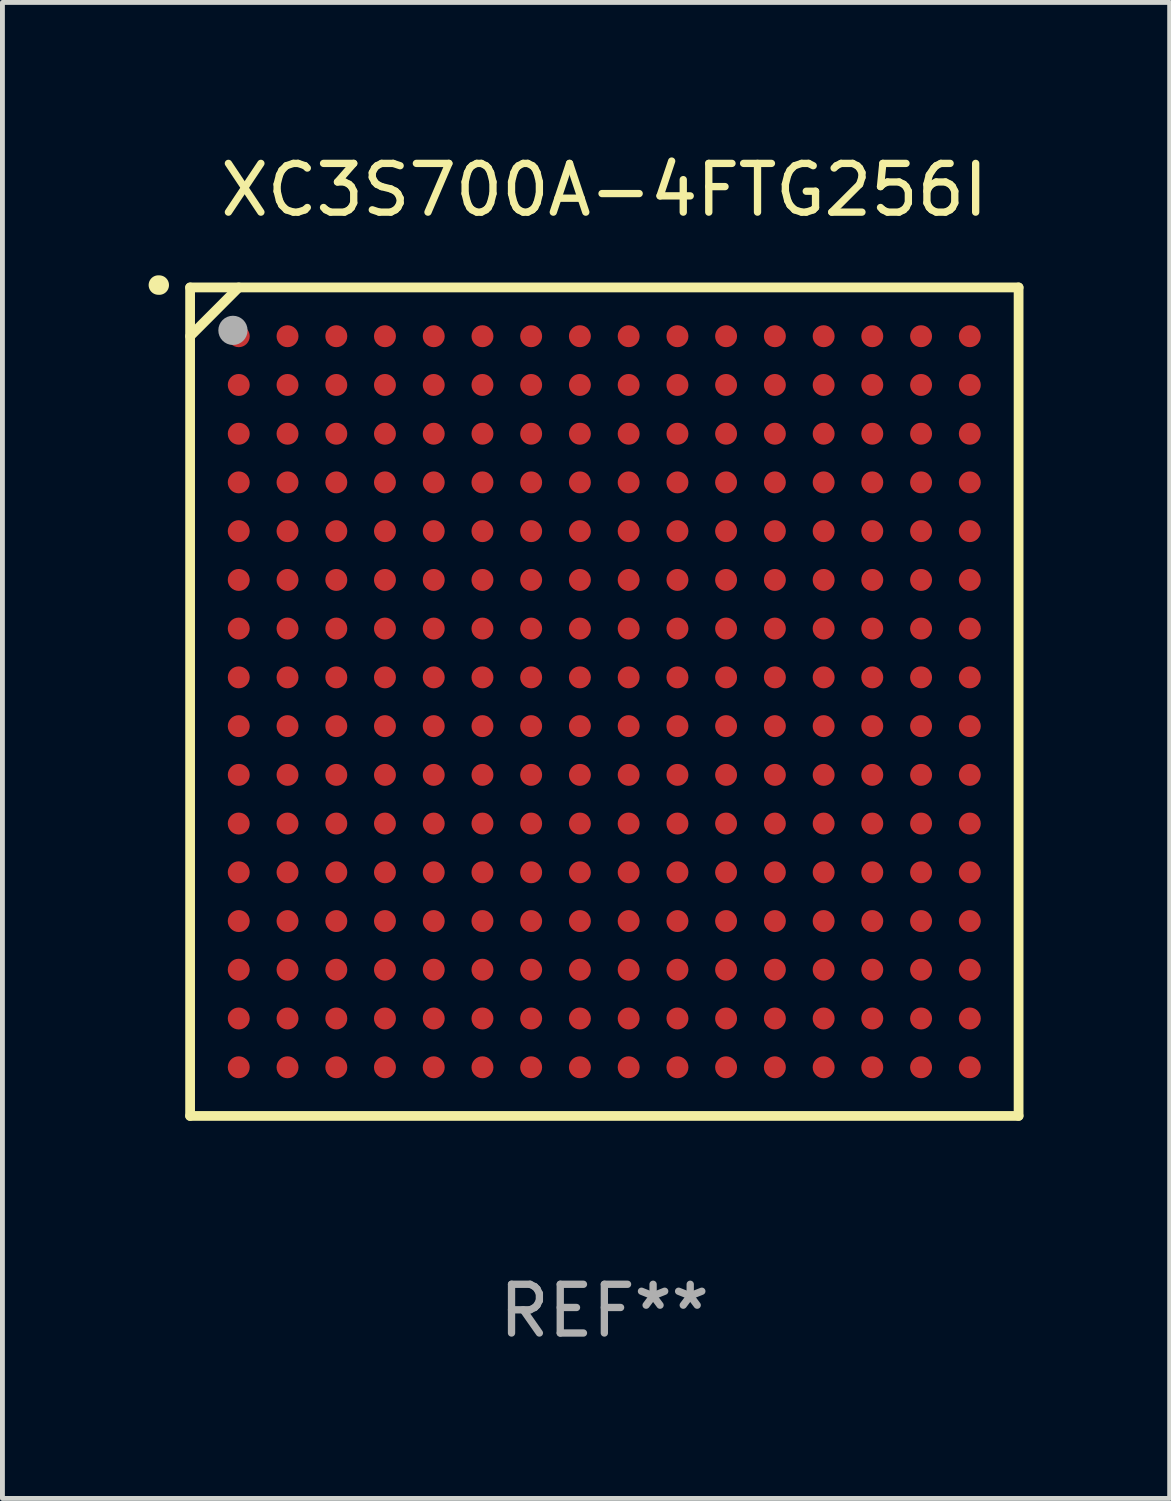
<source format=kicad_pcb>
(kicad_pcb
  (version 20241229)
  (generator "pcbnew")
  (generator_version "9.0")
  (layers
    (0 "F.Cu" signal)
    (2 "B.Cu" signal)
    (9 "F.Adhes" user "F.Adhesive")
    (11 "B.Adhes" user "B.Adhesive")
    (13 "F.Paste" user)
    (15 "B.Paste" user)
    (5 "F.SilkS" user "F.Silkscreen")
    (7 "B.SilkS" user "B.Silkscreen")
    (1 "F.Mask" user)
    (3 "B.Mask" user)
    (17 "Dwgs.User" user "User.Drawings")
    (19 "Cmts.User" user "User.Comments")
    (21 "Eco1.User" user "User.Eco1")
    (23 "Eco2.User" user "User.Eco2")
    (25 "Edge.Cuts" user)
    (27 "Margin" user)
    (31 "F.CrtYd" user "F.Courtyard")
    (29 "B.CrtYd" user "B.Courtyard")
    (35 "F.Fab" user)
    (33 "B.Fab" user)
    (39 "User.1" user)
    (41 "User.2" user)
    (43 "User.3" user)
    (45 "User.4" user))
  (footprint "XC3S700A-4FTG256I"
    (layer "F.Cu")
    (at 9.351 11.348)
    (property "Reference" "XC3S700A-4FTG256I" (at 0 -10.5 0) (layer "F.SilkS") (effects (font (size 1 1) (thickness 0.15))))
    (attr through_hole)
    (fp_line (start -8.5 -8.5) (end 8.5 -8.5) (stroke (width 0.2) (type solid)) (layer "F.SilkS"))
    (fp_line (start -8.5 -7.499) (end -7.502 -8.5) (stroke (width 0.2) (type solid)) (layer "F.SilkS"))
    (fp_line (start -8.5 8.5) (end -8.5 -8.5) (stroke (width 0.2) (type solid)) (layer "F.SilkS"))
    (fp_line (start 8.5 -8.5) (end 8.5 8.5) (stroke (width 0.2) (type solid)) (layer "F.SilkS"))
    (fp_line (start 8.5 8.5) (end -8.5 8.5) (stroke (width 0.2) (type solid)) (layer "F.SilkS"))
    (fp_arc (start -9.151181 -8.548768) (mid -9.142295 -8.548541) (end -9.133426 -8.547955) (stroke (width 0.4) (type solid)) (layer "F.SilkS"))
    (fp_circle (center -8.501 -8.499) (end -8.471 -8.499) (stroke (width 0.06) (type solid)) (fill no) (layer "F.SilkS"))
    (fp_circle (center -7.621 -7.619) (end -7.471 -7.619) (stroke (width 0.3) (type solid)) (fill no) (layer "F.Fab"))
    (fp_text user "REF**" (at 0 12.5 0) (layer "F.Fab") (effects (font (size 1 1) (thickness 0.15))))
    (pad "A1" smd circle (at -7.502 -7.499) (size 0.45 0.45) (layers "F.Cu" "F.Mask" "F.Paste"))
    (pad "A2" smd circle (at -6.501 -7.499) (size 0.45 0.45) (layers "F.Cu" "F.Mask" "F.Paste"))
    (pad "A3" smd circle (at -5.5 -7.499) (size 0.45 0.45) (layers "F.Cu" "F.Mask" "F.Paste"))
    (pad "A4" smd circle (at -4.502 -7.499) (size 0.45 0.45) (layers "F.Cu" "F.Mask" "F.Paste"))
    (pad "A5" smd circle (at -3.501 -7.499) (size 0.45 0.45) (layers "F.Cu" "F.Mask" "F.Paste"))
    (pad "A6" smd circle (at -2.501 -7.499) (size 0.45 0.45) (layers "F.Cu" "F.Mask" "F.Paste"))
    (pad "A7" smd circle (at -1.502 -7.499) (size 0.45 0.45) (layers "F.Cu" "F.Mask" "F.Paste"))
    (pad "A8" smd circle (at -0.502 -7.499) (size 0.45 0.45) (layers "F.Cu" "F.Mask" "F.Paste"))
    (pad "A9" smd circle (at 0.499 -7.499) (size 0.45 0.45) (layers "F.Cu" "F.Mask" "F.Paste"))
    (pad "A10" smd circle (at 1.5 -7.499) (size 0.45 0.45) (layers "F.Cu" "F.Mask" "F.Paste"))
    (pad "A11" smd circle (at 2.498 -7.499) (size 0.45 0.45) (layers "F.Cu" "F.Mask" "F.Paste"))
    (pad "A12" smd circle (at 3.499 -7.499) (size 0.45 0.45) (layers "F.Cu" "F.Mask" "F.Paste"))
    (pad "A13" smd circle (at 4.5 -7.499) (size 0.45 0.45) (layers "F.Cu" "F.Mask" "F.Paste"))
    (pad "A14" smd circle (at 5.498 -7.499) (size 0.45 0.45) (layers "F.Cu" "F.Mask" "F.Paste"))
    (pad "A15" smd circle (at 6.499 -7.499) (size 0.45 0.45) (layers "F.Cu" "F.Mask" "F.Paste"))
    (pad "A16" smd circle (at 7.499 -7.499) (size 0.45 0.45) (layers "F.Cu" "F.Mask" "F.Paste"))
    (pad "B1" smd circle (at -7.502 -6.499) (size 0.45 0.45) (layers "F.Cu" "F.Mask" "F.Paste"))
    (pad "B2" smd circle (at -6.501 -6.499) (size 0.45 0.45) (layers "F.Cu" "F.Mask" "F.Paste"))
    (pad "B3" smd circle (at -5.5 -6.499) (size 0.45 0.45) (layers "F.Cu" "F.Mask" "F.Paste"))
    (pad "B4" smd circle (at -4.502 -6.499) (size 0.45 0.45) (layers "F.Cu" "F.Mask" "F.Paste"))
    (pad "B5" smd circle (at -3.501 -6.499) (size 0.45 0.45) (layers "F.Cu" "F.Mask" "F.Paste"))
    (pad "B6" smd circle (at -2.501 -6.499) (size 0.45 0.45) (layers "F.Cu" "F.Mask" "F.Paste"))
    (pad "B7" smd circle (at -1.502 -6.499) (size 0.45 0.45) (layers "F.Cu" "F.Mask" "F.Paste"))
    (pad "B8" smd circle (at -0.502 -6.499) (size 0.45 0.45) (layers "F.Cu" "F.Mask" "F.Paste"))
    (pad "B9" smd circle (at 0.499 -6.499) (size 0.45 0.45) (layers "F.Cu" "F.Mask" "F.Paste"))
    (pad "B10" smd circle (at 1.5 -6.499) (size 0.45 0.45) (layers "F.Cu" "F.Mask" "F.Paste"))
    (pad "B11" smd circle (at 2.498 -6.499) (size 0.45 0.45) (layers "F.Cu" "F.Mask" "F.Paste"))
    (pad "B12" smd circle (at 3.499 -6.499) (size 0.45 0.45) (layers "F.Cu" "F.Mask" "F.Paste"))
    (pad "B13" smd circle (at 4.5 -6.499) (size 0.45 0.45) (layers "F.Cu" "F.Mask" "F.Paste"))
    (pad "B14" smd circle (at 5.498 -6.499) (size 0.45 0.45) (layers "F.Cu" "F.Mask" "F.Paste"))
    (pad "B15" smd circle (at 6.499 -6.499) (size 0.45 0.45) (layers "F.Cu" "F.Mask" "F.Paste"))
    (pad "B16" smd circle (at 7.499 -6.499) (size 0.45 0.45) (layers "F.Cu" "F.Mask" "F.Paste"))
    (pad "C1" smd circle (at -7.502 -5.498) (size 0.45 0.45) (layers "F.Cu" "F.Mask" "F.Paste"))
    (pad "C2" smd circle (at -6.501 -5.498) (size 0.45 0.45) (layers "F.Cu" "F.Mask" "F.Paste"))
    (pad "C3" smd circle (at -5.5 -5.498) (size 0.45 0.45) (layers "F.Cu" "F.Mask" "F.Paste"))
    (pad "C4" smd circle (at -4.502 -5.498) (size 0.45 0.45) (layers "F.Cu" "F.Mask" "F.Paste"))
    (pad "C5" smd circle (at -3.501 -5.498) (size 0.45 0.45) (layers "F.Cu" "F.Mask" "F.Paste"))
    (pad "C6" smd circle (at -2.501 -5.498) (size 0.45 0.45) (layers "F.Cu" "F.Mask" "F.Paste"))
    (pad "C7" smd circle (at -1.502 -5.498) (size 0.45 0.45) (layers "F.Cu" "F.Mask" "F.Paste"))
    (pad "C8" smd circle (at -0.502 -5.498) (size 0.45 0.45) (layers "F.Cu" "F.Mask" "F.Paste"))
    (pad "C9" smd circle (at 0.499 -5.498) (size 0.45 0.45) (layers "F.Cu" "F.Mask" "F.Paste"))
    (pad "C10" smd circle (at 1.5 -5.498) (size 0.45 0.45) (layers "F.Cu" "F.Mask" "F.Paste"))
    (pad "C11" smd circle (at 2.498 -5.498) (size 0.45 0.45) (layers "F.Cu" "F.Mask" "F.Paste"))
    (pad "C12" smd circle (at 3.499 -5.498) (size 0.45 0.45) (layers "F.Cu" "F.Mask" "F.Paste"))
    (pad "C13" smd circle (at 4.5 -5.498) (size 0.45 0.45) (layers "F.Cu" "F.Mask" "F.Paste"))
    (pad "C14" smd circle (at 5.498 -5.498) (size 0.45 0.45) (layers "F.Cu" "F.Mask" "F.Paste"))
    (pad "C15" smd circle (at 6.499 -5.498) (size 0.45 0.45) (layers "F.Cu" "F.Mask" "F.Paste"))
    (pad "C16" smd circle (at 7.499 -5.498) (size 0.45 0.45) (layers "F.Cu" "F.Mask" "F.Paste"))
    (pad "D1" smd circle (at -7.502 -4.5) (size 0.45 0.45) (layers "F.Cu" "F.Mask" "F.Paste"))
    (pad "D2" smd circle (at -6.501 -4.5) (size 0.45 0.45) (layers "F.Cu" "F.Mask" "F.Paste"))
    (pad "D3" smd circle (at -5.5 -4.5) (size 0.45 0.45) (layers "F.Cu" "F.Mask" "F.Paste"))
    (pad "D4" smd circle (at -4.502 -4.5) (size 0.45 0.45) (layers "F.Cu" "F.Mask" "F.Paste"))
    (pad "D5" smd circle (at -3.501 -4.5) (size 0.45 0.45) (layers "F.Cu" "F.Mask" "F.Paste"))
    (pad "D6" smd circle (at -2.501 -4.5) (size 0.45 0.45) (layers "F.Cu" "F.Mask" "F.Paste"))
    (pad "D7" smd circle (at -1.502 -4.5) (size 0.45 0.45) (layers "F.Cu" "F.Mask" "F.Paste"))
    (pad "D8" smd circle (at -0.502 -4.5) (size 0.45 0.45) (layers "F.Cu" "F.Mask" "F.Paste"))
    (pad "D9" smd circle (at 0.499 -4.5) (size 0.45 0.45) (layers "F.Cu" "F.Mask" "F.Paste"))
    (pad "D10" smd circle (at 1.5 -4.5) (size 0.45 0.45) (layers "F.Cu" "F.Mask" "F.Paste"))
    (pad "D11" smd circle (at 2.498 -4.5) (size 0.45 0.45) (layers "F.Cu" "F.Mask" "F.Paste"))
    (pad "D12" smd circle (at 3.499 -4.5) (size 0.45 0.45) (layers "F.Cu" "F.Mask" "F.Paste"))
    (pad "D13" smd circle (at 4.5 -4.5) (size 0.45 0.45) (layers "F.Cu" "F.Mask" "F.Paste"))
    (pad "D14" smd circle (at 5.498 -4.5) (size 0.45 0.45) (layers "F.Cu" "F.Mask" "F.Paste"))
    (pad "D15" smd circle (at 6.499 -4.5) (size 0.45 0.45) (layers "F.Cu" "F.Mask" "F.Paste"))
    (pad "D16" smd circle (at 7.499 -4.5) (size 0.45 0.45) (layers "F.Cu" "F.Mask" "F.Paste"))
    (pad "E1" smd circle (at -7.502 -3.499) (size 0.45 0.45) (layers "F.Cu" "F.Mask" "F.Paste"))
    (pad "E2" smd circle (at -6.501 -3.499) (size 0.45 0.45) (layers "F.Cu" "F.Mask" "F.Paste"))
    (pad "E3" smd circle (at -5.5 -3.499) (size 0.45 0.45) (layers "F.Cu" "F.Mask" "F.Paste"))
    (pad "E4" smd circle (at -4.502 -3.499) (size 0.45 0.45) (layers "F.Cu" "F.Mask" "F.Paste"))
    (pad "E5" smd circle (at -3.501 -3.499) (size 0.45 0.45) (layers "F.Cu" "F.Mask" "F.Paste"))
    (pad "E6" smd circle (at -2.501 -3.499) (size 0.45 0.45) (layers "F.Cu" "F.Mask" "F.Paste"))
    (pad "E7" smd circle (at -1.502 -3.499) (size 0.45 0.45) (layers "F.Cu" "F.Mask" "F.Paste"))
    (pad "E8" smd circle (at -0.502 -3.499) (size 0.45 0.45) (layers "F.Cu" "F.Mask" "F.Paste"))
    (pad "E9" smd circle (at 0.499 -3.499) (size 0.45 0.45) (layers "F.Cu" "F.Mask" "F.Paste"))
    (pad "E10" smd circle (at 1.5 -3.499) (size 0.45 0.45) (layers "F.Cu" "F.Mask" "F.Paste"))
    (pad "E11" smd circle (at 2.498 -3.499) (size 0.45 0.45) (layers "F.Cu" "F.Mask" "F.Paste"))
    (pad "E12" smd circle (at 3.499 -3.499) (size 0.45 0.45) (layers "F.Cu" "F.Mask" "F.Paste"))
    (pad "E13" smd circle (at 4.5 -3.499) (size 0.45 0.45) (layers "F.Cu" "F.Mask" "F.Paste"))
    (pad "E14" smd circle (at 5.498 -3.499) (size 0.45 0.45) (layers "F.Cu" "F.Mask" "F.Paste"))
    (pad "E15" smd circle (at 6.499 -3.499) (size 0.45 0.45) (layers "F.Cu" "F.Mask" "F.Paste"))
    (pad "E16" smd circle (at 7.499 -3.499) (size 0.45 0.45) (layers "F.Cu" "F.Mask" "F.Paste"))
    (pad "F1" smd circle (at -7.502 -2.498) (size 0.45 0.45) (layers "F.Cu" "F.Mask" "F.Paste"))
    (pad "F2" smd circle (at -6.501 -2.498) (size 0.45 0.45) (layers "F.Cu" "F.Mask" "F.Paste"))
    (pad "F3" smd circle (at -5.5 -2.498) (size 0.45 0.45) (layers "F.Cu" "F.Mask" "F.Paste"))
    (pad "F4" smd circle (at -4.502 -2.498) (size 0.45 0.45) (layers "F.Cu" "F.Mask" "F.Paste"))
    (pad "F5" smd circle (at -3.501 -2.498) (size 0.45 0.45) (layers "F.Cu" "F.Mask" "F.Paste"))
    (pad "F6" smd circle (at -2.501 -2.498) (size 0.45 0.45) (layers "F.Cu" "F.Mask" "F.Paste"))
    (pad "F7" smd circle (at -1.502 -2.498) (size 0.45 0.45) (layers "F.Cu" "F.Mask" "F.Paste"))
    (pad "F8" smd circle (at -0.502 -2.498) (size 0.45 0.45) (layers "F.Cu" "F.Mask" "F.Paste"))
    (pad "F9" smd circle (at 0.499 -2.498) (size 0.45 0.45) (layers "F.Cu" "F.Mask" "F.Paste"))
    (pad "F10" smd circle (at 1.5 -2.498) (size 0.45 0.45) (layers "F.Cu" "F.Mask" "F.Paste"))
    (pad "F11" smd circle (at 2.498 -2.498) (size 0.45 0.45) (layers "F.Cu" "F.Mask" "F.Paste"))
    (pad "F12" smd circle (at 3.499 -2.498) (size 0.45 0.45) (layers "F.Cu" "F.Mask" "F.Paste"))
    (pad "F13" smd circle (at 4.5 -2.498) (size 0.45 0.45) (layers "F.Cu" "F.Mask" "F.Paste"))
    (pad "F14" smd circle (at 5.498 -2.498) (size 0.45 0.45) (layers "F.Cu" "F.Mask" "F.Paste"))
    (pad "F15" smd circle (at 6.499 -2.498) (size 0.45 0.45) (layers "F.Cu" "F.Mask" "F.Paste"))
    (pad "F16" smd circle (at 7.499 -2.498) (size 0.45 0.45) (layers "F.Cu" "F.Mask" "F.Paste"))
    (pad "G1" smd circle (at -7.502 -1.5) (size 0.45 0.45) (layers "F.Cu" "F.Mask" "F.Paste"))
    (pad "G2" smd circle (at -6.501 -1.5) (size 0.45 0.45) (layers "F.Cu" "F.Mask" "F.Paste"))
    (pad "G3" smd circle (at -5.5 -1.5) (size 0.45 0.45) (layers "F.Cu" "F.Mask" "F.Paste"))
    (pad "G4" smd circle (at -4.502 -1.5) (size 0.45 0.45) (layers "F.Cu" "F.Mask" "F.Paste"))
    (pad "G5" smd circle (at -3.501 -1.5) (size 0.45 0.45) (layers "F.Cu" "F.Mask" "F.Paste"))
    (pad "G6" smd circle (at -2.501 -1.5) (size 0.45 0.45) (layers "F.Cu" "F.Mask" "F.Paste"))
    (pad "G7" smd circle (at -1.502 -1.5) (size 0.45 0.45) (layers "F.Cu" "F.Mask" "F.Paste"))
    (pad "G8" smd circle (at -0.502 -1.5) (size 0.45 0.45) (layers "F.Cu" "F.Mask" "F.Paste"))
    (pad "G9" smd circle (at 0.499 -1.5) (size 0.45 0.45) (layers "F.Cu" "F.Mask" "F.Paste"))
    (pad "G10" smd circle (at 1.5 -1.5) (size 0.45 0.45) (layers "F.Cu" "F.Mask" "F.Paste"))
    (pad "G11" smd circle (at 2.498 -1.5) (size 0.45 0.45) (layers "F.Cu" "F.Mask" "F.Paste"))
    (pad "G12" smd circle (at 3.499 -1.5) (size 0.45 0.45) (layers "F.Cu" "F.Mask" "F.Paste"))
    (pad "G13" smd circle (at 4.5 -1.5) (size 0.45 0.45) (layers "F.Cu" "F.Mask" "F.Paste"))
    (pad "G14" smd circle (at 5.498 -1.5) (size 0.45 0.45) (layers "F.Cu" "F.Mask" "F.Paste"))
    (pad "G15" smd circle (at 6.499 -1.5) (size 0.45 0.45) (layers "F.Cu" "F.Mask" "F.Paste"))
    (pad "G16" smd circle (at 7.499 -1.5) (size 0.45 0.45) (layers "F.Cu" "F.Mask" "F.Paste"))
    (pad "H1" smd circle (at -7.502 -0.499) (size 0.45 0.45) (layers "F.Cu" "F.Mask" "F.Paste"))
    (pad "H2" smd circle (at -6.501 -0.499) (size 0.45 0.45) (layers "F.Cu" "F.Mask" "F.Paste"))
    (pad "H3" smd circle (at -5.5 -0.499) (size 0.45 0.45) (layers "F.Cu" "F.Mask" "F.Paste"))
    (pad "H4" smd circle (at -4.502 -0.499) (size 0.45 0.45) (layers "F.Cu" "F.Mask" "F.Paste"))
    (pad "H5" smd circle (at -3.501 -0.499) (size 0.45 0.45) (layers "F.Cu" "F.Mask" "F.Paste"))
    (pad "H6" smd circle (at -2.501 -0.499) (size 0.45 0.45) (layers "F.Cu" "F.Mask" "F.Paste"))
    (pad "H7" smd circle (at -1.502 -0.499) (size 0.45 0.45) (layers "F.Cu" "F.Mask" "F.Paste"))
    (pad "H8" smd circle (at -0.502 -0.499) (size 0.45 0.45) (layers "F.Cu" "F.Mask" "F.Paste"))
    (pad "H9" smd circle (at 0.499 -0.499) (size 0.45 0.45) (layers "F.Cu" "F.Mask" "F.Paste"))
    (pad "H10" smd circle (at 1.5 -0.499) (size 0.45 0.45) (layers "F.Cu" "F.Mask" "F.Paste"))
    (pad "H11" smd circle (at 2.498 -0.499) (size 0.45 0.45) (layers "F.Cu" "F.Mask" "F.Paste"))
    (pad "H12" smd circle (at 3.499 -0.499) (size 0.45 0.45) (layers "F.Cu" "F.Mask" "F.Paste"))
    (pad "H13" smd circle (at 4.5 -0.499) (size 0.45 0.45) (layers "F.Cu" "F.Mask" "F.Paste"))
    (pad "H14" smd circle (at 5.498 -0.499) (size 0.45 0.45) (layers "F.Cu" "F.Mask" "F.Paste"))
    (pad "H15" smd circle (at 6.499 -0.499) (size 0.45 0.45) (layers "F.Cu" "F.Mask" "F.Paste"))
    (pad "H16" smd circle (at 7.499 -0.499) (size 0.45 0.45) (layers "F.Cu" "F.Mask" "F.Paste"))
    (pad "J1" smd circle (at -7.502 0.502) (size 0.45 0.45) (layers "F.Cu" "F.Mask" "F.Paste"))
    (pad "J2" smd circle (at -6.501 0.502) (size 0.45 0.45) (layers "F.Cu" "F.Mask" "F.Paste"))
    (pad "J3" smd circle (at -5.5 0.502) (size 0.45 0.45) (layers "F.Cu" "F.Mask" "F.Paste"))
    (pad "J4" smd circle (at -4.502 0.502) (size 0.45 0.45) (layers "F.Cu" "F.Mask" "F.Paste"))
    (pad "J5" smd circle (at -3.501 0.502) (size 0.45 0.45) (layers "F.Cu" "F.Mask" "F.Paste"))
    (pad "J6" smd circle (at -2.501 0.502) (size 0.45 0.45) (layers "F.Cu" "F.Mask" "F.Paste"))
    (pad "J7" smd circle (at -1.502 0.502) (size 0.45 0.45) (layers "F.Cu" "F.Mask" "F.Paste"))
    (pad "J8" smd circle (at -0.502 0.502) (size 0.45 0.45) (layers "F.Cu" "F.Mask" "F.Paste"))
    (pad "J9" smd circle (at 0.499 0.502) (size 0.45 0.45) (layers "F.Cu" "F.Mask" "F.Paste"))
    (pad "J10" smd circle (at 1.5 0.502) (size 0.45 0.45) (layers "F.Cu" "F.Mask" "F.Paste"))
    (pad "J11" smd circle (at 2.498 0.502) (size 0.45 0.45) (layers "F.Cu" "F.Mask" "F.Paste"))
    (pad "J12" smd circle (at 3.499 0.502) (size 0.45 0.45) (layers "F.Cu" "F.Mask" "F.Paste"))
    (pad "J13" smd circle (at 4.5 0.502) (size 0.45 0.45) (layers "F.Cu" "F.Mask" "F.Paste"))
    (pad "J14" smd circle (at 5.498 0.502) (size 0.45 0.45) (layers "F.Cu" "F.Mask" "F.Paste"))
    (pad "J15" smd circle (at 6.499 0.502) (size 0.45 0.45) (layers "F.Cu" "F.Mask" "F.Paste"))
    (pad "J16" smd circle (at 7.499 0.502) (size 0.45 0.45) (layers "F.Cu" "F.Mask" "F.Paste"))
    (pad "K1" smd circle (at -7.502 1.502) (size 0.45 0.45) (layers "F.Cu" "F.Mask" "F.Paste"))
    (pad "K2" smd circle (at -6.501 1.502) (size 0.45 0.45) (layers "F.Cu" "F.Mask" "F.Paste"))
    (pad "K3" smd circle (at -5.5 1.502) (size 0.45 0.45) (layers "F.Cu" "F.Mask" "F.Paste"))
    (pad "K4" smd circle (at -4.502 1.502) (size 0.45 0.45) (layers "F.Cu" "F.Mask" "F.Paste"))
    (pad "K5" smd circle (at -3.501 1.502) (size 0.45 0.45) (layers "F.Cu" "F.Mask" "F.Paste"))
    (pad "K6" smd circle (at -2.501 1.502) (size 0.45 0.45) (layers "F.Cu" "F.Mask" "F.Paste"))
    (pad "K7" smd circle (at -1.502 1.502) (size 0.45 0.45) (layers "F.Cu" "F.Mask" "F.Paste"))
    (pad "K8" smd circle (at -0.502 1.502) (size 0.45 0.45) (layers "F.Cu" "F.Mask" "F.Paste"))
    (pad "K9" smd circle (at 0.499 1.502) (size 0.45 0.45) (layers "F.Cu" "F.Mask" "F.Paste"))
    (pad "K10" smd circle (at 1.5 1.502) (size 0.45 0.45) (layers "F.Cu" "F.Mask" "F.Paste"))
    (pad "K11" smd circle (at 2.498 1.502) (size 0.45 0.45) (layers "F.Cu" "F.Mask" "F.Paste"))
    (pad "K12" smd circle (at 3.499 1.502) (size 0.45 0.45) (layers "F.Cu" "F.Mask" "F.Paste"))
    (pad "K13" smd circle (at 4.5 1.502) (size 0.45 0.45) (layers "F.Cu" "F.Mask" "F.Paste"))
    (pad "K14" smd circle (at 5.498 1.502) (size 0.45 0.45) (layers "F.Cu" "F.Mask" "F.Paste"))
    (pad "K15" smd circle (at 6.499 1.502) (size 0.45 0.45) (layers "F.Cu" "F.Mask" "F.Paste"))
    (pad "K16" smd circle (at 7.499 1.502) (size 0.45 0.45) (layers "F.Cu" "F.Mask" "F.Paste"))
    (pad "L1" smd circle (at -7.502 2.501) (size 0.45 0.45) (layers "F.Cu" "F.Mask" "F.Paste"))
    (pad "L2" smd circle (at -6.501 2.501) (size 0.45 0.45) (layers "F.Cu" "F.Mask" "F.Paste"))
    (pad "L3" smd circle (at -5.5 2.501) (size 0.45 0.45) (layers "F.Cu" "F.Mask" "F.Paste"))
    (pad "L4" smd circle (at -4.502 2.501) (size 0.45 0.45) (layers "F.Cu" "F.Mask" "F.Paste"))
    (pad "L5" smd circle (at -3.501 2.501) (size 0.45 0.45) (layers "F.Cu" "F.Mask" "F.Paste"))
    (pad "L6" smd circle (at -2.501 2.501) (size 0.45 0.45) (layers "F.Cu" "F.Mask" "F.Paste"))
    (pad "L7" smd circle (at -1.502 2.501) (size 0.45 0.45) (layers "F.Cu" "F.Mask" "F.Paste"))
    (pad "L8" smd circle (at -0.502 2.501) (size 0.45 0.45) (layers "F.Cu" "F.Mask" "F.Paste"))
    (pad "L9" smd circle (at 0.499 2.501) (size 0.45 0.45) (layers "F.Cu" "F.Mask" "F.Paste"))
    (pad "L10" smd circle (at 1.5 2.501) (size 0.45 0.45) (layers "F.Cu" "F.Mask" "F.Paste"))
    (pad "L11" smd circle (at 2.498 2.501) (size 0.45 0.45) (layers "F.Cu" "F.Mask" "F.Paste"))
    (pad "L12" smd circle (at 3.499 2.501) (size 0.45 0.45) (layers "F.Cu" "F.Mask" "F.Paste"))
    (pad "L13" smd circle (at 4.5 2.501) (size 0.45 0.45) (layers "F.Cu" "F.Mask" "F.Paste"))
    (pad "L14" smd circle (at 5.498 2.501) (size 0.45 0.45) (layers "F.Cu" "F.Mask" "F.Paste"))
    (pad "L15" smd circle (at 6.499 2.501) (size 0.45 0.45) (layers "F.Cu" "F.Mask" "F.Paste"))
    (pad "L16" smd circle (at 7.499 2.501) (size 0.45 0.45) (layers "F.Cu" "F.Mask" "F.Paste"))
    (pad "M1" smd circle (at -7.502 3.501) (size 0.45 0.45) (layers "F.Cu" "F.Mask" "F.Paste"))
    (pad "M2" smd circle (at -6.501 3.501) (size 0.45 0.45) (layers "F.Cu" "F.Mask" "F.Paste"))
    (pad "M3" smd circle (at -5.5 3.501) (size 0.45 0.45) (layers "F.Cu" "F.Mask" "F.Paste"))
    (pad "M4" smd circle (at -4.502 3.501) (size 0.45 0.45) (layers "F.Cu" "F.Mask" "F.Paste"))
    (pad "M5" smd circle (at -3.501 3.501) (size 0.45 0.45) (layers "F.Cu" "F.Mask" "F.Paste"))
    (pad "M6" smd circle (at -2.501 3.501) (size 0.45 0.45) (layers "F.Cu" "F.Mask" "F.Paste"))
    (pad "M7" smd circle (at -1.502 3.501) (size 0.45 0.45) (layers "F.Cu" "F.Mask" "F.Paste"))
    (pad "M8" smd circle (at -0.502 3.501) (size 0.45 0.45) (layers "F.Cu" "F.Mask" "F.Paste"))
    (pad "M9" smd circle (at 0.499 3.501) (size 0.45 0.45) (layers "F.Cu" "F.Mask" "F.Paste"))
    (pad "M10" smd circle (at 1.5 3.501) (size 0.45 0.45) (layers "F.Cu" "F.Mask" "F.Paste"))
    (pad "M11" smd circle (at 2.498 3.501) (size 0.45 0.45) (layers "F.Cu" "F.Mask" "F.Paste"))
    (pad "M12" smd circle (at 3.499 3.501) (size 0.45 0.45) (layers "F.Cu" "F.Mask" "F.Paste"))
    (pad "M13" smd circle (at 4.5 3.501) (size 0.45 0.45) (layers "F.Cu" "F.Mask" "F.Paste"))
    (pad "M14" smd circle (at 5.498 3.501) (size 0.45 0.45) (layers "F.Cu" "F.Mask" "F.Paste"))
    (pad "M15" smd circle (at 6.499 3.501) (size 0.45 0.45) (layers "F.Cu" "F.Mask" "F.Paste"))
    (pad "M16" smd circle (at 7.499 3.501) (size 0.45 0.45) (layers "F.Cu" "F.Mask" "F.Paste"))
    (pad "N1" smd circle (at -7.502 4.502) (size 0.45 0.45) (layers "F.Cu" "F.Mask" "F.Paste"))
    (pad "N2" smd circle (at -6.501 4.502) (size 0.45 0.45) (layers "F.Cu" "F.Mask" "F.Paste"))
    (pad "N3" smd circle (at -5.5 4.502) (size 0.45 0.45) (layers "F.Cu" "F.Mask" "F.Paste"))
    (pad "N4" smd circle (at -4.502 4.502) (size 0.45 0.45) (layers "F.Cu" "F.Mask" "F.Paste"))
    (pad "N5" smd circle (at -3.501 4.502) (size 0.45 0.45) (layers "F.Cu" "F.Mask" "F.Paste"))
    (pad "N6" smd circle (at -2.501 4.502) (size 0.45 0.45) (layers "F.Cu" "F.Mask" "F.Paste"))
    (pad "N7" smd circle (at -1.502 4.502) (size 0.45 0.45) (layers "F.Cu" "F.Mask" "F.Paste"))
    (pad "N8" smd circle (at -0.502 4.502) (size 0.45 0.45) (layers "F.Cu" "F.Mask" "F.Paste"))
    (pad "N9" smd circle (at 0.499 4.502) (size 0.45 0.45) (layers "F.Cu" "F.Mask" "F.Paste"))
    (pad "N10" smd circle (at 1.5 4.502) (size 0.45 0.45) (layers "F.Cu" "F.Mask" "F.Paste"))
    (pad "N11" smd circle (at 2.498 4.502) (size 0.45 0.45) (layers "F.Cu" "F.Mask" "F.Paste"))
    (pad "N12" smd circle (at 3.499 4.502) (size 0.45 0.45) (layers "F.Cu" "F.Mask" "F.Paste"))
    (pad "N13" smd circle (at 4.5 4.502) (size 0.45 0.45) (layers "F.Cu" "F.Mask" "F.Paste"))
    (pad "N14" smd circle (at 5.498 4.502) (size 0.45 0.45) (layers "F.Cu" "F.Mask" "F.Paste"))
    (pad "N15" smd circle (at 6.499 4.502) (size 0.45 0.45) (layers "F.Cu" "F.Mask" "F.Paste"))
    (pad "N16" smd circle (at 7.499 4.502) (size 0.45 0.45) (layers "F.Cu" "F.Mask" "F.Paste"))
    (pad "P1" smd circle (at -7.502 5.5) (size 0.45 0.45) (layers "F.Cu" "F.Mask" "F.Paste"))
    (pad "P2" smd circle (at -6.501 5.5) (size 0.45 0.45) (layers "F.Cu" "F.Mask" "F.Paste"))
    (pad "P3" smd circle (at -5.5 5.5) (size 0.45 0.45) (layers "F.Cu" "F.Mask" "F.Paste"))
    (pad "P4" smd circle (at -4.502 5.5) (size 0.45 0.45) (layers "F.Cu" "F.Mask" "F.Paste"))
    (pad "P5" smd circle (at -3.501 5.5) (size 0.45 0.45) (layers "F.Cu" "F.Mask" "F.Paste"))
    (pad "P6" smd circle (at -2.501 5.5) (size 0.45 0.45) (layers "F.Cu" "F.Mask" "F.Paste"))
    (pad "P7" smd circle (at -1.502 5.5) (size 0.45 0.45) (layers "F.Cu" "F.Mask" "F.Paste"))
    (pad "P8" smd circle (at -0.502 5.5) (size 0.45 0.45) (layers "F.Cu" "F.Mask" "F.Paste"))
    (pad "P9" smd circle (at 0.499 5.5) (size 0.45 0.45) (layers "F.Cu" "F.Mask" "F.Paste"))
    (pad "P10" smd circle (at 1.5 5.5) (size 0.45 0.45) (layers "F.Cu" "F.Mask" "F.Paste"))
    (pad "P11" smd circle (at 2.498 5.5) (size 0.45 0.45) (layers "F.Cu" "F.Mask" "F.Paste"))
    (pad "P12" smd circle (at 3.499 5.5) (size 0.45 0.45) (layers "F.Cu" "F.Mask" "F.Paste"))
    (pad "P13" smd circle (at 4.5 5.5) (size 0.45 0.45) (layers "F.Cu" "F.Mask" "F.Paste"))
    (pad "P14" smd circle (at 5.498 5.5) (size 0.45 0.45) (layers "F.Cu" "F.Mask" "F.Paste"))
    (pad "P15" smd circle (at 6.499 5.5) (size 0.45 0.45) (layers "F.Cu" "F.Mask" "F.Paste"))
    (pad "P16" smd circle (at 7.499 5.5) (size 0.45 0.45) (layers "F.Cu" "F.Mask" "F.Paste"))
    (pad "R1" smd circle (at -7.502 6.501) (size 0.45 0.45) (layers "F.Cu" "F.Mask" "F.Paste"))
    (pad "R2" smd circle (at -6.501 6.501) (size 0.45 0.45) (layers "F.Cu" "F.Mask" "F.Paste"))
    (pad "R3" smd circle (at -5.5 6.501) (size 0.45 0.45) (layers "F.Cu" "F.Mask" "F.Paste"))
    (pad "R4" smd circle (at -4.502 6.501) (size 0.45 0.45) (layers "F.Cu" "F.Mask" "F.Paste"))
    (pad "R5" smd circle (at -3.501 6.501) (size 0.45 0.45) (layers "F.Cu" "F.Mask" "F.Paste"))
    (pad "R6" smd circle (at -2.501 6.501) (size 0.45 0.45) (layers "F.Cu" "F.Mask" "F.Paste"))
    (pad "R7" smd circle (at -1.502 6.501) (size 0.45 0.45) (layers "F.Cu" "F.Mask" "F.Paste"))
    (pad "R8" smd circle (at -0.502 6.501) (size 0.45 0.45) (layers "F.Cu" "F.Mask" "F.Paste"))
    (pad "R9" smd circle (at 0.499 6.501) (size 0.45 0.45) (layers "F.Cu" "F.Mask" "F.Paste"))
    (pad "R10" smd circle (at 1.5 6.501) (size 0.45 0.45) (layers "F.Cu" "F.Mask" "F.Paste"))
    (pad "R11" smd circle (at 2.498 6.501) (size 0.45 0.45) (layers "F.Cu" "F.Mask" "F.Paste"))
    (pad "R12" smd circle (at 3.499 6.501) (size 0.45 0.45) (layers "F.Cu" "F.Mask" "F.Paste"))
    (pad "R13" smd circle (at 4.5 6.501) (size 0.45 0.45) (layers "F.Cu" "F.Mask" "F.Paste"))
    (pad "R14" smd circle (at 5.498 6.501) (size 0.45 0.45) (layers "F.Cu" "F.Mask" "F.Paste"))
    (pad "R15" smd circle (at 6.499 6.501) (size 0.45 0.45) (layers "F.Cu" "F.Mask" "F.Paste"))
    (pad "R16" smd circle (at 7.499 6.501) (size 0.45 0.45) (layers "F.Cu" "F.Mask" "F.Paste"))
    (pad "T1" smd circle (at -7.502 7.502) (size 0.45 0.45) (layers "F.Cu" "F.Mask" "F.Paste"))
    (pad "T2" smd circle (at -6.501 7.502) (size 0.45 0.45) (layers "F.Cu" "F.Mask" "F.Paste"))
    (pad "T3" smd circle (at -5.5 7.502) (size 0.45 0.45) (layers "F.Cu" "F.Mask" "F.Paste"))
    (pad "T4" smd circle (at -4.502 7.502) (size 0.45 0.45) (layers "F.Cu" "F.Mask" "F.Paste"))
    (pad "T5" smd circle (at -3.501 7.502) (size 0.45 0.45) (layers "F.Cu" "F.Mask" "F.Paste"))
    (pad "T6" smd circle (at -2.501 7.502) (size 0.45 0.45) (layers "F.Cu" "F.Mask" "F.Paste"))
    (pad "T7" smd circle (at -1.502 7.502) (size 0.45 0.45) (layers "F.Cu" "F.Mask" "F.Paste"))
    (pad "T8" smd circle (at -0.502 7.502) (size 0.45 0.45) (layers "F.Cu" "F.Mask" "F.Paste"))
    (pad "T9" smd circle (at 0.499 7.502) (size 0.45 0.45) (layers "F.Cu" "F.Mask" "F.Paste"))
    (pad "T10" smd circle (at 1.5 7.502) (size 0.45 0.45) (layers "F.Cu" "F.Mask" "F.Paste"))
    (pad "T11" smd circle (at 2.498 7.502) (size 0.45 0.45) (layers "F.Cu" "F.Mask" "F.Paste"))
    (pad "T12" smd circle (at 3.499 7.502) (size 0.45 0.45) (layers "F.Cu" "F.Mask" "F.Paste"))
    (pad "T13" smd circle (at 4.5 7.502) (size 0.45 0.45) (layers "F.Cu" "F.Mask" "F.Paste"))
    (pad "T14" smd circle (at 5.498 7.502) (size 0.45 0.45) (layers "F.Cu" "F.Mask" "F.Paste"))
    (pad "T15" smd circle (at 6.499 7.502) (size 0.45 0.45) (layers "F.Cu" "F.Mask" "F.Paste"))
    (pad "T16" smd circle (at 7.499 7.502) (size 0.45 0.45) (layers "F.Cu" "F.Mask" "F.Paste")))
  (gr_rect
    (start -3 -3)
    (end 20.951 27.697)
    (stroke (width 0.1) (type default))
    (fill no)
    (layer "Edge.Cuts")))
</source>
